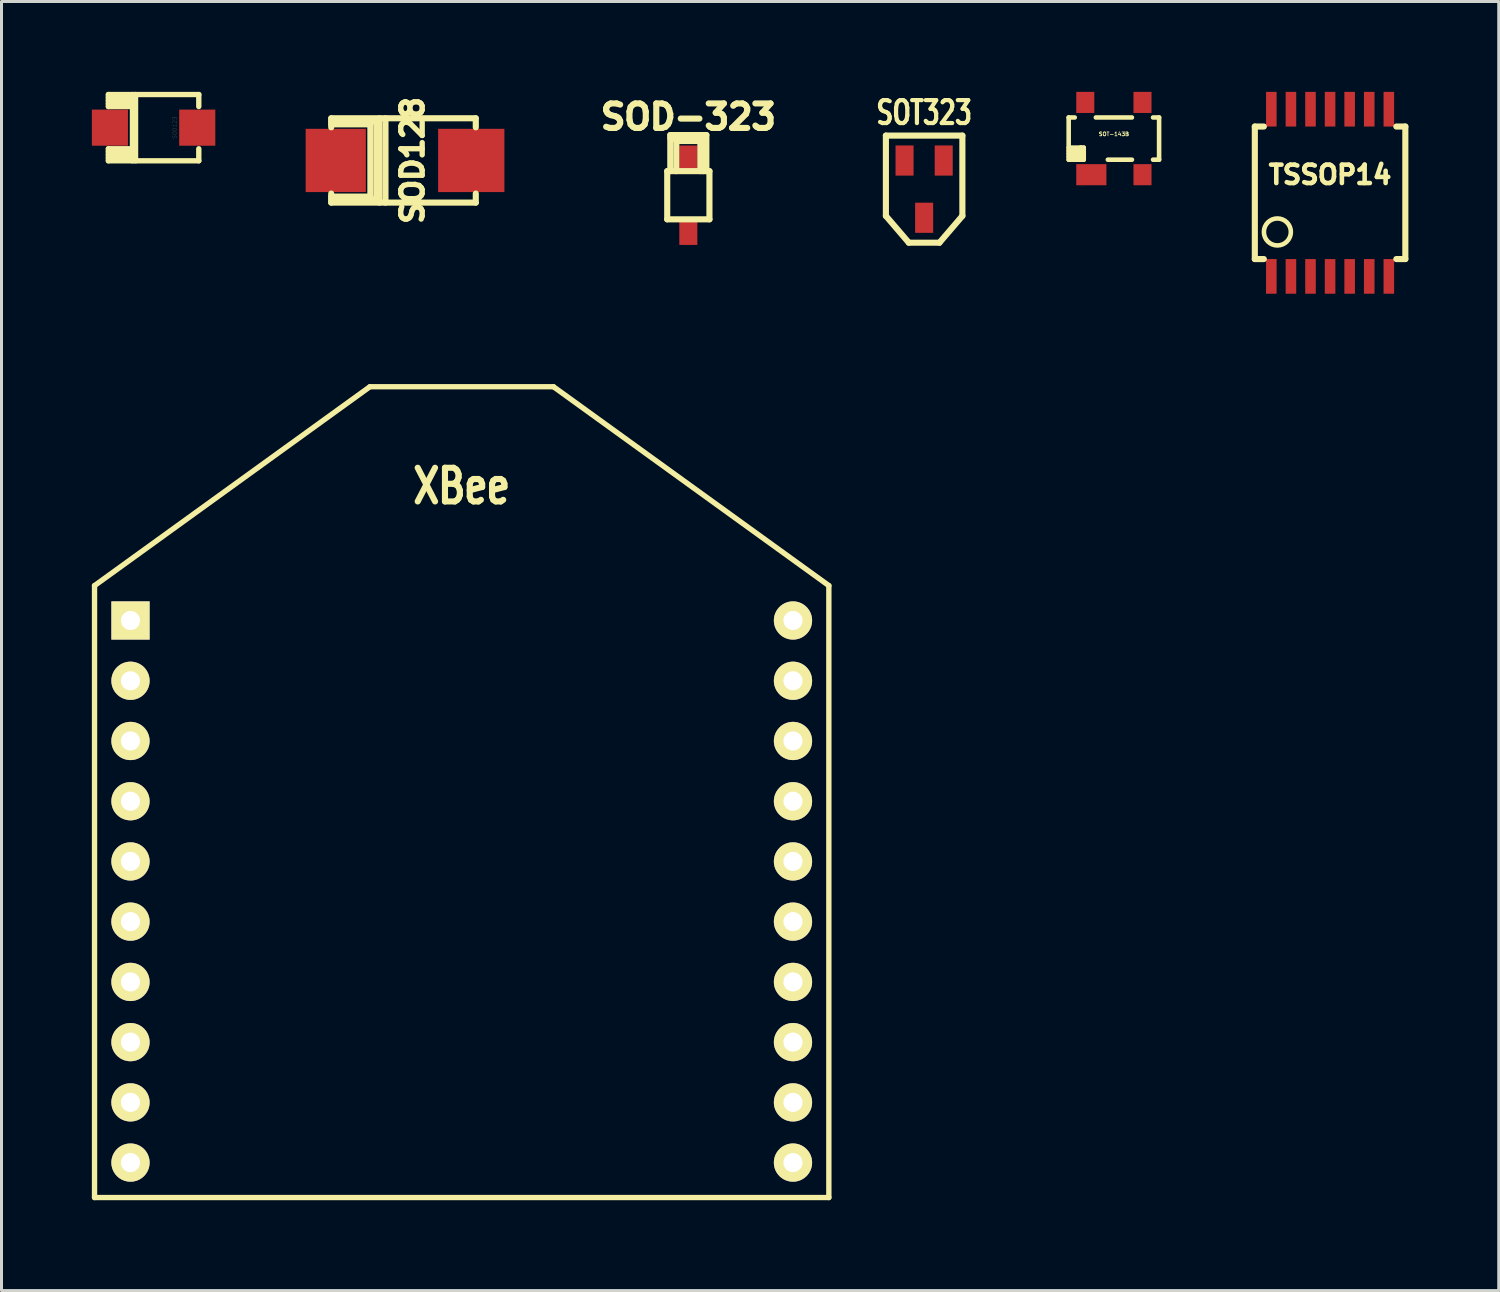
<source format=kicad_pcb>
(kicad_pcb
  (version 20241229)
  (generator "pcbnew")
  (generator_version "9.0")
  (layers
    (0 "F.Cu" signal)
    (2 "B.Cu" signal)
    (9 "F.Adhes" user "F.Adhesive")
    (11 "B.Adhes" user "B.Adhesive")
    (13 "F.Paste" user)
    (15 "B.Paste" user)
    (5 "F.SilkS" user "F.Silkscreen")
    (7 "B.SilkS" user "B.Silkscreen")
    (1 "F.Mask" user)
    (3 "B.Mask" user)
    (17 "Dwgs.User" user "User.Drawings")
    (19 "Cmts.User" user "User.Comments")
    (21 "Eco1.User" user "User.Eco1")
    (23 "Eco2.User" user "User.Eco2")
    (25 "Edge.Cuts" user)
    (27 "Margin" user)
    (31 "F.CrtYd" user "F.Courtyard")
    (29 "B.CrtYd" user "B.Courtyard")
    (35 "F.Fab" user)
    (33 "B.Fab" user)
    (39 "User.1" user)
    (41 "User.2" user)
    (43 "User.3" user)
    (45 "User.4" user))
  (footprint "SOD123"
    (layer "F.Cu")
    (at 2.05 1.189)
    (property "Reference" "SOD123" (at 0.701 0 90) (layer "F.SilkS") (effects (font (size 0.127 0.127) (thickness 0.003))))
    (attr smd)
    (fp_line (start -1.501 -1.1) (end -1.501 -0.701) (stroke (width 0.178) (type solid)) (layer "F.SilkS"))
    (fp_line (start -1.501 -1.1) (end 1.501 -1.1) (stroke (width 0.178) (type solid)) (layer "F.SilkS"))
    (fp_line (start -1.501 -0.899) (end -0.701 -0.899) (stroke (width 0.178) (type solid)) (layer "F.SilkS"))
    (fp_line (start -1.501 -0.701) (end -0.701 -0.701) (stroke (width 0.178) (type solid)) (layer "F.SilkS"))
    (fp_line (start -1.501 0.701) (end -0.701 0.701) (stroke (width 0.178) (type solid)) (layer "F.SilkS"))
    (fp_line (start -1.501 0.8) (end -0.701 0.8) (stroke (width 0.178) (type solid)) (layer "F.SilkS"))
    (fp_line (start -1.501 1.1) (end -1.501 0.701) (stroke (width 0.178) (type solid)) (layer "F.SilkS"))
    (fp_line (start -1.501 1.1) (end 1.501 1.1) (stroke (width 0.178) (type solid)) (layer "F.SilkS"))
    (fp_line (start -0.701 -1.1) (end -0.701 1.1) (stroke (width 0.178) (type solid)) (layer "F.SilkS"))
    (fp_line (start -0.701 -1.001) (end -1.501 -1.001) (stroke (width 0.178) (type solid)) (layer "F.SilkS"))
    (fp_line (start -0.701 -0.8) (end -1.501 -0.8) (stroke (width 0.178) (type solid)) (layer "F.SilkS"))
    (fp_line (start -0.701 0.899) (end -1.501 0.899) (stroke (width 0.178) (type solid)) (layer "F.SilkS"))
    (fp_line (start -0.701 1.001) (end -1.501 1.001) (stroke (width 0.178) (type solid)) (layer "F.SilkS"))
    (fp_line (start -0.599 -1.1) (end -0.599 1.1) (stroke (width 0.178) (type solid)) (layer "F.SilkS"))
    (fp_line (start 1.501 -1.1) (end 1.501 -0.701) (stroke (width 0.178) (type solid)) (layer "F.SilkS"))
    (fp_line (start 1.501 1.1) (end 1.501 0.701) (stroke (width 0.178) (type solid)) (layer "F.SilkS"))
    (pad "1" smd rect (at -1.45 0) (size 1.199 1.199) (layers "F.Cu" "F.Mask" "F.Paste"))
    (pad "2" smd rect (at 1.45 0) (size 1.199 1.199) (layers "F.Cu" "F.Mask" "F.Paste")))
  (footprint "SOT323"
    (layer "F.Cu")
    (at 27.637 3.231)
    (property "Reference" "SOT323" (at 0 -2.54 0) (layer "F.SilkS") (effects (font (size 0.762 0.559) (thickness 0.203))))
    (attr smd)
    (fp_line (start -1.27 -1.778) (end -1.27 0.889) (stroke (width 0.203) (type solid)) (layer "F.SilkS"))
    (fp_line (start -1.27 -1.778) (end 1.27 -1.778) (stroke (width 0.203) (type solid)) (layer "F.SilkS"))
    (fp_line (start -0.508 1.778) (end -1.27 0.889) (stroke (width 0.203) (type solid)) (layer "F.SilkS"))
    (fp_line (start -0.508 1.778) (end 0.508 1.778) (stroke (width 0.203) (type solid)) (layer "F.SilkS"))
    (fp_line (start 0.508 1.778) (end 1.27 0.889) (stroke (width 0.203) (type solid)) (layer "F.SilkS"))
    (fp_line (start 1.27 -1.778) (end 1.27 0.889) (stroke (width 0.203) (type solid)) (layer "F.SilkS"))
    (pad "1" smd rect (at 0.65 -0.95) (size 0.599 1.001) (layers "F.Cu" "F.Mask" "F.Paste"))
    (pad "2" smd rect (at -0.65 -0.95) (size 0.599 1.001) (layers "F.Cu" "F.Mask" "F.Paste"))
    (pad "3" smd rect (at 0 0.95) (size 0.599 1.001) (layers "F.Cu" "F.Mask" "F.Paste")))
  (footprint "SOD-323"
    (layer "F.Cu")
    (at 19.807 3.433)
    (property "Reference" "SOD-323" (at 0 -2.601 0) (layer "F.SilkS") (effects (font (size 0.813 0.813) (thickness 0.203))))
    (attr through_hole)
    (fp_line (start -0.701 -0.8) (end 0.701 -0.8) (stroke (width 0.203) (type solid)) (layer "F.SilkS"))
    (fp_line (start -0.701 0.8) (end -0.701 -0.8) (stroke (width 0.203) (type solid)) (layer "F.SilkS"))
    (fp_line (start -0.599 -1.9) (end 0.5 -1.9) (stroke (width 0.203) (type solid)) (layer "F.SilkS"))
    (fp_line (start -0.599 -0.8) (end -0.599 -1.999) (stroke (width 0.203) (type solid)) (layer "F.SilkS"))
    (fp_line (start -0.399 -1.801) (end 0.399 -1.801) (stroke (width 0.203) (type solid)) (layer "F.SilkS"))
    (fp_line (start -0.399 -0.8) (end -0.399 -1.801) (stroke (width 0.203) (type solid)) (layer "F.SilkS"))
    (fp_line (start 0.399 -1.801) (end 0.399 -0.8) (stroke (width 0.203) (type solid)) (layer "F.SilkS"))
    (fp_line (start 0.5 -1.999) (end -0.599 -1.999) (stroke (width 0.203) (type solid)) (layer "F.SilkS"))
    (fp_line (start 0.5 -0.8) (end 0.5 -1.999) (stroke (width 0.203) (type solid)) (layer "F.SilkS"))
    (fp_line (start 0.599 -1.999) (end 0.3 -1.999) (stroke (width 0.203) (type solid)) (layer "F.SilkS"))
    (fp_line (start 0.599 -0.8) (end 0.599 -1.999) (stroke (width 0.203) (type solid)) (layer "F.SilkS"))
    (fp_line (start 0.701 -0.8) (end 0.701 0.8) (stroke (width 0.203) (type solid)) (layer "F.SilkS"))
    (fp_line (start 0.701 0.8) (end -0.701 0.8) (stroke (width 0.203) (type solid)) (layer "F.SilkS"))
    (pad "1" smd rect (at 0 -1.25) (size 0.599 0.8) (layers "F.Cu" "F.Mask" "F.Paste"))
    (pad "2" smd rect (at 0 1.25) (size 0.599 0.8) (layers "F.Cu" "F.Mask" "F.Paste")))
  (footprint "XBee"
    (layer "F.Cu")
    (at 12.281 26.556)
    (property "Reference" "XBee" (at 0 -13.462 0) (layer "F.SilkS") (effects (font (size 1.118 0.864) (thickness 0.203))))
    (attr through_hole)
    (fp_line (start -12.192 -10.16) (end -12.192 10.16) (stroke (width 0.178) (type solid)) (layer "F.SilkS"))
    (fp_line (start -12.192 10.16) (end 12.192 10.16) (stroke (width 0.178) (type solid)) (layer "F.SilkS"))
    (fp_line (start -3.048 -16.764) (end -12.192 -10.16) (stroke (width 0.178) (type solid)) (layer "F.SilkS"))
    (fp_line (start 3.048 -16.764) (end -3.048 -16.764) (stroke (width 0.178) (type solid)) (layer "F.SilkS"))
    (fp_line (start 12.192 -10.16) (end 3.048 -16.764) (stroke (width 0.178) (type solid)) (layer "F.SilkS"))
    (fp_line (start 12.192 10.16) (end 12.192 -10.16) (stroke (width 0.178) (type solid)) (layer "F.SilkS"))
    (pad "1" thru_hole rect (at -10.998 -9.002) (size 1.27 1.27) (drill 0.635) (layers "*.Cu" "*.Mask" "F.SilkS"))
    (pad "2" thru_hole circle (at -10.998 -7) (size 1.27 1.27) (drill 0.635) (layers "*.Cu" "*.Mask" "F.SilkS"))
    (pad "3" thru_hole circle (at -10.998 -5.001) (size 1.27 1.27) (drill 0.635) (layers "*.Cu" "*.Mask" "F.SilkS"))
    (pad "4" thru_hole circle (at -10.998 -3) (size 1.27 1.27) (drill 0.635) (layers "*.Cu" "*.Mask" "F.SilkS"))
    (pad "5" thru_hole circle (at -10.998 -1.001) (size 1.27 1.27) (drill 0.635) (layers "*.Cu" "*.Mask" "F.SilkS"))
    (pad "6" thru_hole circle (at -10.998 0.998) (size 1.27 1.27) (drill 0.635) (layers "*.Cu" "*.Mask" "F.SilkS"))
    (pad "7" thru_hole circle (at -10.998 3) (size 1.27 1.27) (drill 0.635) (layers "*.Cu" "*.Mask" "F.SilkS"))
    (pad "8" thru_hole circle (at -10.998 4.999) (size 1.27 1.27) (drill 0.635) (layers "*.Cu" "*.Mask" "F.SilkS"))
    (pad "9" thru_hole circle (at -10.998 7) (size 1.27 1.27) (drill 0.635) (layers "*.Cu" "*.Mask" "F.SilkS"))
    (pad "10" thru_hole circle (at -10.998 8.999) (size 1.27 1.27) (drill 0.635) (layers "*.Cu" "*.Mask" "F.SilkS"))
    (pad "11" thru_hole circle (at 11.001 8.999) (size 1.27 1.27) (drill 0.635) (layers "*.Cu" "*.Mask" "F.SilkS"))
    (pad "12" thru_hole circle (at 11.001 7) (size 1.27 1.27) (drill 0.635) (layers "*.Cu" "*.Mask" "F.SilkS"))
    (pad "13" thru_hole circle (at 11.001 4.999) (size 1.27 1.27) (drill 0.635) (layers "*.Cu" "*.Mask" "F.SilkS"))
    (pad "14" thru_hole circle (at 11.001 3) (size 1.27 1.27) (drill 0.635) (layers "*.Cu" "*.Mask" "F.SilkS"))
    (pad "15" thru_hole circle (at 11.001 0.998) (size 1.27 1.27) (drill 0.635) (layers "*.Cu" "*.Mask" "F.SilkS"))
    (pad "16" thru_hole circle (at 11.001 -1.001) (size 1.27 1.27) (drill 0.635) (layers "*.Cu" "*.Mask" "F.SilkS"))
    (pad "17" thru_hole circle (at 11.001 -3) (size 1.27 1.27) (drill 0.635) (layers "*.Cu" "*.Mask" "F.SilkS"))
    (pad "18" thru_hole circle (at 11.001 -5.001) (size 1.27 1.27) (drill 0.635) (layers "*.Cu" "*.Mask" "F.SilkS"))
    (pad "19" thru_hole circle (at 11.001 -7) (size 1.27 1.27) (drill 0.635) (layers "*.Cu" "*.Mask" "F.SilkS"))
    (pad "20" thru_hole circle (at 11.001 -9.002) (size 1.27 1.27) (drill 0.635) (layers "*.Cu" "*.Mask" "F.SilkS")))
  (footprint "SOD128"
    (layer "F.Cu")
    (at 10.349 2.278)
    (property "Reference" "SOD128" (at 0.3 0 90) (layer "F.SilkS") (effects (font (size 0.711 0.711) (thickness 0.178))))
    (attr through_hole)
    (fp_line (start -2.4 -1.4) (end -2.4 -1.1) (stroke (width 0.203) (type solid)) (layer "F.SilkS"))
    (fp_line (start -2.4 -1.4) (end 2.4 -1.4) (stroke (width 0.203) (type solid)) (layer "F.SilkS"))
    (fp_line (start -2.4 -1.199) (end -1.1 -1.199) (stroke (width 0.203) (type solid)) (layer "F.SilkS"))
    (fp_line (start -2.4 1.3) (end -0.899 1.3) (stroke (width 0.203) (type solid)) (layer "F.SilkS"))
    (fp_line (start -2.4 1.4) (end -2.4 1.1) (stroke (width 0.203) (type solid)) (layer "F.SilkS"))
    (fp_line (start -1.1 -1.199) (end -1.1 1.199) (stroke (width 0.203) (type solid)) (layer "F.SilkS"))
    (fp_line (start -1.1 1.199) (end -2.4 1.199) (stroke (width 0.203) (type solid)) (layer "F.SilkS"))
    (fp_line (start -0.899 -1.3) (end -2.4 -1.3) (stroke (width 0.203) (type solid)) (layer "F.SilkS"))
    (fp_line (start -0.899 1.3) (end -0.899 -1.3) (stroke (width 0.203) (type solid)) (layer "F.SilkS"))
    (fp_line (start -0.8 -1.4) (end -0.8 1.4) (stroke (width 0.203) (type solid)) (layer "F.SilkS"))
    (fp_line (start -0.599 -1.4) (end -0.599 1.4) (stroke (width 0.203) (type solid)) (layer "F.SilkS"))
    (fp_line (start 2.4 -1.4) (end 2.4 -1.1) (stroke (width 0.203) (type solid)) (layer "F.SilkS"))
    (fp_line (start 2.4 1.4) (end -2.4 1.4) (stroke (width 0.203) (type solid)) (layer "F.SilkS"))
    (fp_line (start 2.4 1.4) (end 2.4 1.1) (stroke (width 0.203) (type solid)) (layer "F.SilkS"))
    (pad "1" smd rect (at -2.25 0) (size 1.999 2.101) (layers "F.Cu" "F.Mask" "F.Paste"))
    (pad "2" smd rect (at 2.25 0) (size 2.2 2.101) (layers "F.Cu" "F.Mask" "F.Paste")))
  (footprint "SOT-143B"
    (layer "F.Cu")
    (at 33.938 1.552)
    (property "Reference" "SOT-143B" (at 0 -0.15 0) (layer "F.SilkS") (effects (font (size 0.127 0.127) (thickness 0.025))))
    (attr smd)
    (fp_line (start -1.501 -0.701) (end -1.501 0.701) (stroke (width 0.152) (type solid)) (layer "F.SilkS"))
    (fp_line (start -1.501 -0.701) (end -1.3 -0.701) (stroke (width 0.152) (type solid)) (layer "F.SilkS"))
    (fp_line (start -1.501 0.3) (end -1.1 0.3) (stroke (width 0.152) (type solid)) (layer "F.SilkS"))
    (fp_line (start -1.501 0.5) (end -1.1 0.5) (stroke (width 0.152) (type solid)) (layer "F.SilkS"))
    (fp_line (start -1.501 0.701) (end -1.3 0.701) (stroke (width 0.152) (type solid)) (layer "F.SilkS"))
    (fp_line (start -1.1 0.3) (end -1.1 0.701) (stroke (width 0.152) (type solid)) (layer "F.SilkS"))
    (fp_line (start -1.1 0.3) (end -1.001 0.3) (stroke (width 0.152) (type solid)) (layer "F.SilkS"))
    (fp_line (start -1.1 0.399) (end -1.501 0.399) (stroke (width 0.152) (type solid)) (layer "F.SilkS"))
    (fp_line (start -1.1 0.599) (end -1.501 0.599) (stroke (width 0.152) (type solid)) (layer "F.SilkS"))
    (fp_line (start -1.1 0.701) (end -1.3 0.701) (stroke (width 0.152) (type solid)) (layer "F.SilkS"))
    (fp_line (start -1.001 0.3) (end -1.001 0.701) (stroke (width 0.152) (type solid)) (layer "F.SilkS"))
    (fp_line (start -1.001 0.701) (end -1.1 0.701) (stroke (width 0.152) (type solid)) (layer "F.SilkS"))
    (fp_line (start -0.599 -0.701) (end 0.599 -0.701) (stroke (width 0.152) (type solid)) (layer "F.SilkS"))
    (fp_line (start -0.201 0.701) (end 0.599 0.701) (stroke (width 0.152) (type solid)) (layer "F.SilkS"))
    (fp_line (start 1.3 -0.701) (end 1.501 -0.701) (stroke (width 0.152) (type solid)) (layer "F.SilkS"))
    (fp_line (start 1.501 -0.701) (end 1.501 0.701) (stroke (width 0.152) (type solid)) (layer "F.SilkS"))
    (fp_line (start 1.501 0.701) (end 1.3 0.701) (stroke (width 0.152) (type solid)) (layer "F.SilkS"))
    (pad "1" smd rect (at -0.749 1.199) (size 1.001 0.701) (layers "F.Cu" "F.Mask" "F.Paste"))
    (pad "2" smd rect (at 0.95 1.199) (size 0.599 0.701) (layers "F.Cu" "F.Mask" "F.Paste"))
    (pad "3" smd rect (at 0.95 -1.201) (size 0.599 0.701) (layers "F.Cu" "F.Mask" "F.Paste"))
    (pad "4" smd rect (at -0.95 -1.201) (size 0.599 0.701) (layers "F.Cu" "F.Mask" "F.Paste")))
  (footprint "TSSOP14"
    (layer "F.Cu")
    (at 41.117 3.352)
    (property "Reference" "TSSOP14" (at 0 -0.599 0) (layer "F.SilkS") (effects (font (size 0.61 0.61) (thickness 0.152))))
    (attr smd)
    (fp_line (start -2.499 -2.2) (end -2.2 -2.2) (stroke (width 0.203) (type solid)) (layer "F.SilkS"))
    (fp_line (start -2.499 2.2) (end -2.499 -2.2) (stroke (width 0.203) (type solid)) (layer "F.SilkS"))
    (fp_line (start -2.499 2.2) (end -2.2 2.2) (stroke (width 0.203) (type solid)) (layer "F.SilkS"))
    (fp_line (start 2.499 -2.2) (end 2.2 -2.2) (stroke (width 0.203) (type solid)) (layer "F.SilkS"))
    (fp_line (start 2.499 -2.2) (end 2.499 2.2) (stroke (width 0.203) (type solid)) (layer "F.SilkS"))
    (fp_line (start 2.499 2.2) (end 2.2 2.2) (stroke (width 0.203) (type solid)) (layer "F.SilkS"))
    (fp_circle (center -1.75 1.3) (end -1.349 1.1) (stroke (width 0.152) (type solid)) (fill no) (layer "F.SilkS"))
    (pad "1" smd rect (at -1.951 2.776) (size 0.351 1.151) (layers "F.Cu" "F.Mask" "F.Paste"))
    (pad "2" smd rect (at -1.3 2.776) (size 0.351 1.151) (layers "F.Cu" "F.Mask" "F.Paste"))
    (pad "3" smd rect (at -0.65 2.776) (size 0.351 1.151) (layers "F.Cu" "F.Mask" "F.Paste"))
    (pad "4" smd rect (at 0 2.776) (size 0.351 1.151) (layers "F.Cu" "F.Mask" "F.Paste"))
    (pad "5" smd rect (at 0.65 2.776) (size 0.351 1.151) (layers "F.Cu" "F.Mask" "F.Paste"))
    (pad "6" smd rect (at 1.3 2.776) (size 0.351 1.151) (layers "F.Cu" "F.Mask" "F.Paste"))
    (pad "7" smd rect (at 1.951 2.776) (size 0.351 1.151) (layers "F.Cu" "F.Mask" "F.Paste"))
    (pad "8" smd rect (at 1.951 -2.776) (size 0.351 1.151) (layers "F.Cu" "F.Mask" "F.Paste"))
    (pad "9" smd rect (at 1.3 -2.776) (size 0.351 1.151) (layers "F.Cu" "F.Mask" "F.Paste"))
    (pad "10" smd rect (at 0.65 -2.776) (size 0.351 1.151) (layers "F.Cu" "F.Mask" "F.Paste"))
    (pad "11" smd rect (at 0 -2.776) (size 0.351 1.151) (layers "F.Cu" "F.Mask" "F.Paste"))
    (pad "12" smd rect (at -0.65 -2.776) (size 0.351 1.151) (layers "F.Cu" "F.Mask" "F.Paste"))
    (pad "13" smd rect (at -1.3 -2.776) (size 0.351 1.151) (layers "F.Cu" "F.Mask" "F.Paste"))
    (pad "14" smd rect (at -1.951 -2.776) (size 0.351 1.151) (layers "F.Cu" "F.Mask" "F.Paste")))
  (gr_rect
    (start -3 -3)
    (end 46.718 39.805)
    (stroke (width 0.1) (type default))
    (fill no)
    (layer "Edge.Cuts")))
</source>
